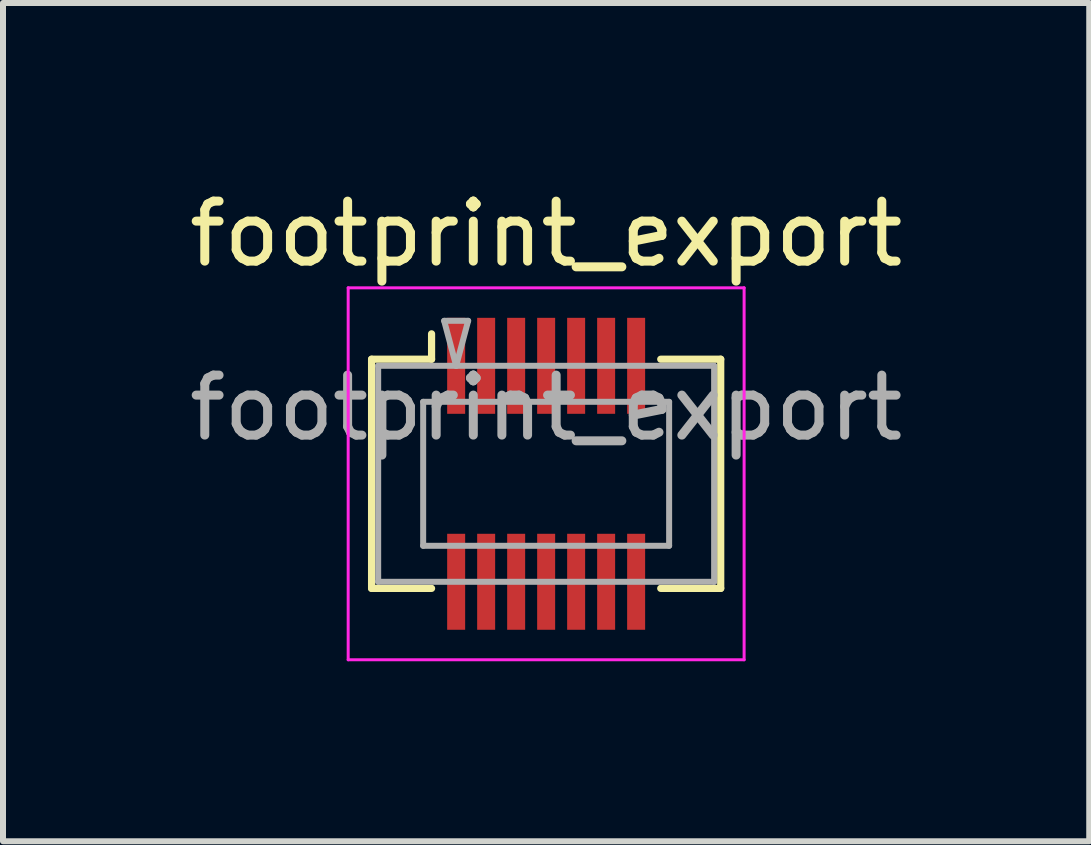
<source format=kicad_pcb>
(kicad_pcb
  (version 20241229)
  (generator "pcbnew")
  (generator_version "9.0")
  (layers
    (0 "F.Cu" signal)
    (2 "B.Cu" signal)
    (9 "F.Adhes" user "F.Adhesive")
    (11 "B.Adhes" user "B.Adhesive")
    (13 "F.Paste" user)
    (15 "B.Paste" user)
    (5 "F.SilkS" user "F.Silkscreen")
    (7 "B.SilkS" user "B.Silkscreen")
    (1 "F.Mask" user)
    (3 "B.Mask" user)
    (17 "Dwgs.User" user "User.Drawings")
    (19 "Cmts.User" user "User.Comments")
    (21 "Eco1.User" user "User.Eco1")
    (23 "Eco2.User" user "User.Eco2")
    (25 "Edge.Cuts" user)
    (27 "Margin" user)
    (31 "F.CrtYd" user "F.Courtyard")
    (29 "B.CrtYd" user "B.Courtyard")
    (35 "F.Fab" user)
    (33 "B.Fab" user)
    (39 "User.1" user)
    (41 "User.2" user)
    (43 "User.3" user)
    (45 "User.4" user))
  (footprint "footprint_export"
    (layer "F.Cu")
    (at 6.054 4.848)
    (property "Reference" "footprint_export" (at 0 -4 0) (layer "F.SilkS") (effects (font (size 1 1) (thickness 0.15))))
    (attr smd)
    (fp_line (start -2.91 -1.91) (end -1.91 -1.91) (stroke (width 0.12) (type solid)) (layer "F.SilkS"))
    (fp_line (start -2.91 1.91) (end -2.91 -1.91) (stroke (width 0.12) (type solid)) (layer "F.SilkS"))
    (fp_line (start -1.91 -1.91) (end -1.91 -2.333) (stroke (width 0.12) (type solid)) (layer "F.SilkS"))
    (fp_line (start -1.91 1.91) (end -2.91 1.91) (stroke (width 0.12) (type solid)) (layer "F.SilkS"))
    (fp_line (start 1.91 1.91) (end 2.91 1.91) (stroke (width 0.12) (type solid)) (layer "F.SilkS"))
    (fp_line (start 2.91 -1.91) (end 1.91 -1.91) (stroke (width 0.12) (type solid)) (layer "F.SilkS"))
    (fp_line (start 2.91 1.91) (end 2.91 -1.91) (stroke (width 0.12) (type solid)) (layer "F.SilkS"))
    (fp_line (start -3.3 -3.1) (end -3.3 3.1) (stroke (width 0.05) (type solid)) (layer "F.CrtYd"))
    (fp_line (start -3.3 3.1) (end 3.3 3.1) (stroke (width 0.05) (type solid)) (layer "F.CrtYd"))
    (fp_line (start 3.3 -3.1) (end -3.3 -3.1) (stroke (width 0.05) (type solid)) (layer "F.CrtYd"))
    (fp_line (start 3.3 3.1) (end 3.3 -3.1) (stroke (width 0.05) (type solid)) (layer "F.CrtYd"))
    (fp_line (start -2.8 -1.8) (end 2.8 -1.8) (stroke (width 0.1) (type solid)) (layer "F.Fab"))
    (fp_line (start -2.8 1.8) (end -2.8 -1.8) (stroke (width 0.1) (type solid)) (layer "F.Fab"))
    (fp_line (start -2.05 -1.2) (end 2.05 -1.2) (stroke (width 0.1) (type solid)) (layer "F.Fab"))
    (fp_line (start -2.05 1.2) (end -2.05 -1.2) (stroke (width 0.1) (type solid)) (layer "F.Fab"))
    (fp_line (start -1.7 -2.55) (end -1.5 -1.8) (stroke (width 0.1) (type solid)) (layer "F.Fab"))
    (fp_line (start -1.5 -1.8) (end -1.3 -2.55) (stroke (width 0.1) (type solid)) (layer "F.Fab"))
    (fp_line (start -1.3 -2.55) (end -1.7 -2.55) (stroke (width 0.1) (type solid)) (layer "F.Fab"))
    (fp_line (start 2.05 -1.2) (end 2.05 1.2) (stroke (width 0.1) (type solid)) (layer "F.Fab"))
    (fp_line (start 2.05 1.2) (end -2.05 1.2) (stroke (width 0.1) (type solid)) (layer "F.Fab"))
    (fp_line (start 2.8 -1.8) (end 2.8 1.8) (stroke (width 0.1) (type solid)) (layer "F.Fab"))
    (fp_line (start 2.8 1.8) (end -2.8 1.8) (stroke (width 0.1) (type solid)) (layer "F.Fab"))
    (fp_text user "${REFERENCE}" (at 0 -1.1 0) (layer "F.Fab") (effects (font (size 1 1) (thickness 0.15))))
    (pad "" smd rect (at -1.5 -2) (size 0.28 1.2) (layers "F.Paste"))
    (pad "" smd rect (at -1.5 2) (size 0.28 1.2) (layers "F.Paste"))
    (pad "" smd rect (at -1 -2) (size 0.28 1.2) (layers "F.Paste"))
    (pad "" smd rect (at -1 2) (size 0.28 1.2) (layers "F.Paste"))
    (pad "" smd rect (at -0.5 -2) (size 0.28 1.2) (layers "F.Paste"))
    (pad "" smd rect (at -0.5 2) (size 0.28 1.2) (layers "F.Paste"))
    (pad "" smd rect (at 0 -2) (size 0.28 1.2) (layers "F.Paste"))
    (pad "" smd rect (at 0 2) (size 0.28 1.2) (layers "F.Paste"))
    (pad "" smd rect (at 0.5 -2) (size 0.28 1.2) (layers "F.Paste"))
    (pad "" smd rect (at 0.5 2) (size 0.28 1.2) (layers "F.Paste"))
    (pad "" smd rect (at 1 -2) (size 0.28 1.2) (layers "F.Paste"))
    (pad "" smd rect (at 1 2) (size 0.28 1.2) (layers "F.Paste"))
    (pad "" smd rect (at 1.5 -2) (size 0.28 1.2) (layers "F.Paste"))
    (pad "" smd rect (at 1.5 2) (size 0.28 1.2) (layers "F.Paste"))
    (pad "1" smd rect (at -1.5 -1.8) (size 0.3 1.6) (layers "F.Cu" "F.Mask"))
    (pad "2" smd rect (at -1 -1.8) (size 0.3 1.6) (layers "F.Cu" "F.Mask"))
    (pad "3" smd rect (at -0.5 -1.8) (size 0.3 1.6) (layers "F.Cu" "F.Mask"))
    (pad "4" smd rect (at 0 -1.8) (size 0.3 1.6) (layers "F.Cu" "F.Mask"))
    (pad "5" smd rect (at 0.5 -1.8) (size 0.3 1.6) (layers "F.Cu" "F.Mask"))
    (pad "6" smd rect (at 1 -1.8) (size 0.3 1.6) (layers "F.Cu" "F.Mask"))
    (pad "7" smd rect (at 1.5 -1.8) (size 0.3 1.6) (layers "F.Cu" "F.Mask"))
    (pad "8" smd rect (at -1.5 1.8) (size 0.3 1.6) (layers "F.Cu" "F.Mask"))
    (pad "9" smd rect (at -1 1.8) (size 0.3 1.6) (layers "F.Cu" "F.Mask"))
    (pad "10" smd rect (at -0.5 1.8) (size 0.3 1.6) (layers "F.Cu" "F.Mask"))
    (pad "11" smd rect (at 0 1.8) (size 0.3 1.6) (layers "F.Cu" "F.Mask"))
    (pad "12" smd rect (at 0.5 1.8) (size 0.3 1.6) (layers "F.Cu" "F.Mask"))
    (pad "13" smd rect (at 1 1.8) (size 0.3 1.6) (layers "F.Cu" "F.Mask"))
    (pad "14" smd rect (at 1.5 1.8) (size 0.3 1.6) (layers "F.Cu" "F.Mask")))
  (gr_rect
    (start -3 -3)
    (end 15.107 10.973)
    (stroke (width 0.1) (type default))
    (fill no)
    (layer "Edge.Cuts")))
</source>
